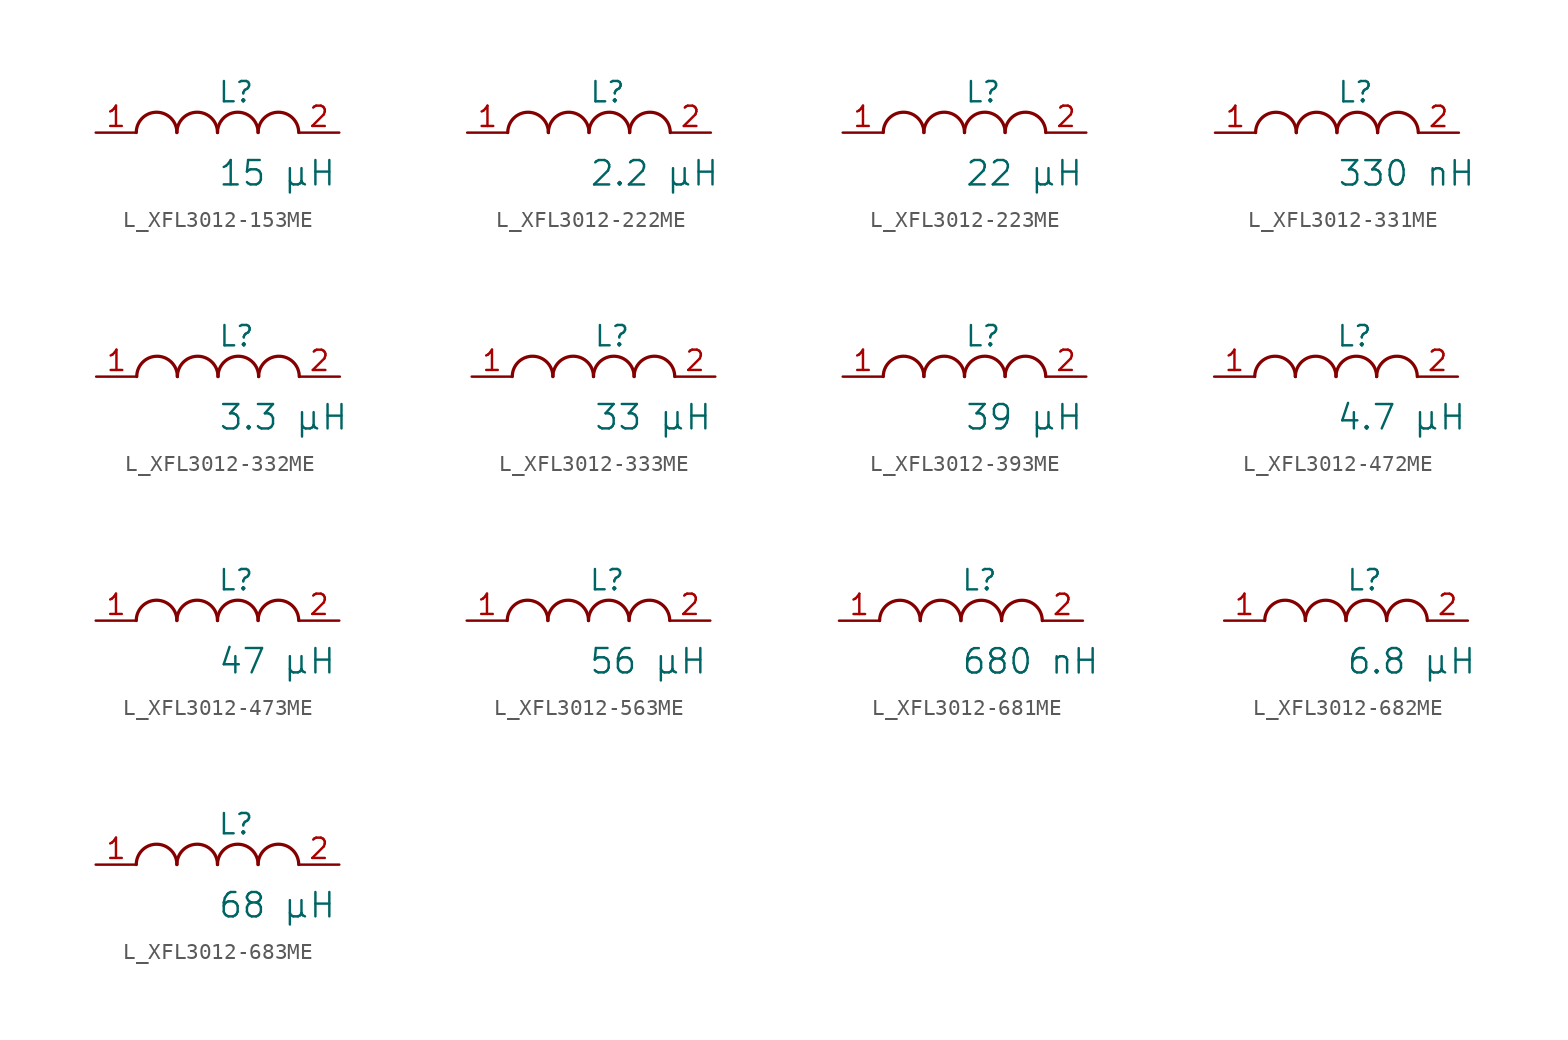
<source format=kicad_sym>
(kicad_symbol_lib
  (version 20231120)
  (generator "kicad_symbol_editor")
  (generator_version "8.0")
  (symbol "L_XFL3012-153ME"
    (pin_names
      (offset 0.254))
    (property "Reference" "L"
      (at 0 2.54 0)
      (effects (font (size 1.27 1.27)) (justify left)))
    (property "Value" "15 µH"
      (at 0 -2.54 0)
      (effects (font (size 1.524 1.524)) (justify left)))
    (symbol "L_XFL3012-153ME_1_1"
      (arc (start -2.54 0.0056) (mid -3.81 1.27) (end -5.08 0.0056) (stroke (width 0.2032) (type default)) (fill (type none)))
      (arc (start 0 0.0056) (mid -1.27 1.27) (end -2.54 0.0056) (stroke (width 0.2032) (type default)) (fill (type none)))
      (arc (start 2.54 0.0056) (mid 1.27 1.27) (end 0 0.0056) (stroke (width 0.2032) (type default)) (fill (type none)))
      (arc (start 5.08 0.0056) (mid 3.81 1.27) (end 2.54 0.0056) (stroke (width 0.2032) (type default)) (fill (type none)))
      (pin unspecified line (at -7.62 0 0) (length 2.54) (name "" (effects (font (size 1.27 1.27)))) (number "1" (effects (font (size 1.27 1.27)))))
      (pin unspecified line (at 7.62 0 180) (length 2.54) (name "" (effects (font (size 1.27 1.27)))) (number "2" (effects (font (size 1.27 1.27)))))))
  (symbol "L_XFL3012-222ME"
    (pin_names
      (offset 0.254))
    (property "Reference" "L"
      (at 0 2.54 0)
      (effects (font (size 1.27 1.27)) (justify left)))
    (property "Value" "2.2 µH"
      (at 0 -2.54 0)
      (effects (font (size 1.524 1.524)) (justify left)))
    (symbol "L_XFL3012-222ME_1_1"
      (arc (start -2.54 0.0056) (mid -3.81 1.27) (end -5.08 0.0056) (stroke (width 0.2032) (type default)) (fill (type none)))
      (arc (start 0 0.0056) (mid -1.27 1.27) (end -2.54 0.0056) (stroke (width 0.2032) (type default)) (fill (type none)))
      (arc (start 2.54 0.0056) (mid 1.27 1.27) (end 0 0.0056) (stroke (width 0.2032) (type default)) (fill (type none)))
      (arc (start 5.08 0.0056) (mid 3.81 1.27) (end 2.54 0.0056) (stroke (width 0.2032) (type default)) (fill (type none)))
      (pin unspecified line (at -7.62 0 0) (length 2.54) (name "" (effects (font (size 1.27 1.27)))) (number "1" (effects (font (size 1.27 1.27)))))
      (pin unspecified line (at 7.62 0 180) (length 2.54) (name "" (effects (font (size 1.27 1.27)))) (number "2" (effects (font (size 1.27 1.27)))))))
  (symbol "L_XFL3012-223ME"
    (pin_names
      (offset 0.254))
    (property "Reference" "L"
      (at 0 2.54 0)
      (effects (font (size 1.27 1.27)) (justify left)))
    (property "Value" "22 µH"
      (at 0 -2.54 0)
      (effects (font (size 1.524 1.524)) (justify left)))
    (symbol "L_XFL3012-223ME_1_1"
      (arc (start -2.54 0.0056) (mid -3.81 1.27) (end -5.08 0.0056) (stroke (width 0.2032) (type default)) (fill (type none)))
      (arc (start 0 0.0056) (mid -1.27 1.27) (end -2.54 0.0056) (stroke (width 0.2032) (type default)) (fill (type none)))
      (arc (start 2.54 0.0056) (mid 1.27 1.27) (end 0 0.0056) (stroke (width 0.2032) (type default)) (fill (type none)))
      (arc (start 5.08 0.0056) (mid 3.81 1.27) (end 2.54 0.0056) (stroke (width 0.2032) (type default)) (fill (type none)))
      (pin unspecified line (at -7.62 0 0) (length 2.54) (name "" (effects (font (size 1.27 1.27)))) (number "1" (effects (font (size 1.27 1.27)))))
      (pin unspecified line (at 7.62 0 180) (length 2.54) (name "" (effects (font (size 1.27 1.27)))) (number "2" (effects (font (size 1.27 1.27)))))))
  (symbol "L_XFL3012-331ME"
    (pin_names
      (offset 0.254))
    (property "Reference" "L"
      (at 0 2.54 0)
      (effects (font (size 1.27 1.27)) (justify left)))
    (property "Value" "330 nH"
      (at 0 -2.54 0)
      (effects (font (size 1.524 1.524)) (justify left)))
    (symbol "L_XFL3012-331ME_1_1"
      (arc (start -2.54 0.0056) (mid -3.81 1.27) (end -5.08 0.0056) (stroke (width 0.2032) (type default)) (fill (type none)))
      (arc (start 0 0.0056) (mid -1.27 1.27) (end -2.54 0.0056) (stroke (width 0.2032) (type default)) (fill (type none)))
      (arc (start 2.54 0.0056) (mid 1.27 1.27) (end 0 0.0056) (stroke (width 0.2032) (type default)) (fill (type none)))
      (arc (start 5.08 0.0056) (mid 3.81 1.27) (end 2.54 0.0056) (stroke (width 0.2032) (type default)) (fill (type none)))
      (pin unspecified line (at -7.62 0 0) (length 2.54) (name "" (effects (font (size 1.27 1.27)))) (number "1" (effects (font (size 1.27 1.27)))))
      (pin unspecified line (at 7.62 0 180) (length 2.54) (name "" (effects (font (size 1.27 1.27)))) (number "2" (effects (font (size 1.27 1.27)))))))
  (symbol "L_XFL3012-332ME"
    (pin_names
      (offset 0.254))
    (property "Reference" "L"
      (at 0 2.54 0)
      (effects (font (size 1.27 1.27)) (justify left)))
    (property "Value" "3.3 µH"
      (at 0 -2.54 0)
      (effects (font (size 1.524 1.524)) (justify left)))
    (symbol "L_XFL3012-332ME_1_1"
      (arc (start -2.54 0.0056) (mid -3.81 1.27) (end -5.08 0.0056) (stroke (width 0.2032) (type default)) (fill (type none)))
      (arc (start 0 0.0056) (mid -1.27 1.27) (end -2.54 0.0056) (stroke (width 0.2032) (type default)) (fill (type none)))
      (arc (start 2.54 0.0056) (mid 1.27 1.27) (end 0 0.0056) (stroke (width 0.2032) (type default)) (fill (type none)))
      (arc (start 5.08 0.0056) (mid 3.81 1.27) (end 2.54 0.0056) (stroke (width 0.2032) (type default)) (fill (type none)))
      (pin unspecified line (at -7.62 0 0) (length 2.54) (name "" (effects (font (size 1.27 1.27)))) (number "1" (effects (font (size 1.27 1.27)))))
      (pin unspecified line (at 7.62 0 180) (length 2.54) (name "" (effects (font (size 1.27 1.27)))) (number "2" (effects (font (size 1.27 1.27)))))))
  (symbol "L_XFL3012-333ME"
    (pin_names
      (offset 0.254))
    (property "Reference" "L"
      (at 0 2.54 0)
      (effects (font (size 1.27 1.27)) (justify left)))
    (property "Value" "33 µH"
      (at 0 -2.54 0)
      (effects (font (size 1.524 1.524)) (justify left)))
    (symbol "L_XFL3012-333ME_1_1"
      (arc (start -2.54 0.0056) (mid -3.81 1.27) (end -5.08 0.0056) (stroke (width 0.2032) (type default)) (fill (type none)))
      (arc (start 0 0.0056) (mid -1.27 1.27) (end -2.54 0.0056) (stroke (width 0.2032) (type default)) (fill (type none)))
      (arc (start 2.54 0.0056) (mid 1.27 1.27) (end 0 0.0056) (stroke (width 0.2032) (type default)) (fill (type none)))
      (arc (start 5.08 0.0056) (mid 3.81 1.27) (end 2.54 0.0056) (stroke (width 0.2032) (type default)) (fill (type none)))
      (pin unspecified line (at -7.62 0 0) (length 2.54) (name "" (effects (font (size 1.27 1.27)))) (number "1" (effects (font (size 1.27 1.27)))))
      (pin unspecified line (at 7.62 0 180) (length 2.54) (name "" (effects (font (size 1.27 1.27)))) (number "2" (effects (font (size 1.27 1.27)))))))
  (symbol "L_XFL3012-393ME"
    (pin_names
      (offset 0.254))
    (property "Reference" "L"
      (at 0 2.54 0)
      (effects (font (size 1.27 1.27)) (justify left)))
    (property "Value" "39 µH"
      (at 0 -2.54 0)
      (effects (font (size 1.524 1.524)) (justify left)))
    (symbol "L_XFL3012-393ME_1_1"
      (arc (start -2.54 0.0056) (mid -3.81 1.27) (end -5.08 0.0056) (stroke (width 0.2032) (type default)) (fill (type none)))
      (arc (start 0 0.0056) (mid -1.27 1.27) (end -2.54 0.0056) (stroke (width 0.2032) (type default)) (fill (type none)))
      (arc (start 2.54 0.0056) (mid 1.27 1.27) (end 0 0.0056) (stroke (width 0.2032) (type default)) (fill (type none)))
      (arc (start 5.08 0.0056) (mid 3.81 1.27) (end 2.54 0.0056) (stroke (width 0.2032) (type default)) (fill (type none)))
      (pin unspecified line (at -7.62 0 0) (length 2.54) (name "" (effects (font (size 1.27 1.27)))) (number "1" (effects (font (size 1.27 1.27)))))
      (pin unspecified line (at 7.62 0 180) (length 2.54) (name "" (effects (font (size 1.27 1.27)))) (number "2" (effects (font (size 1.27 1.27)))))))
  (symbol "L_XFL3012-472ME"
    (pin_names
      (offset 0.254))
    (property "Reference" "L"
      (at 0 2.54 0)
      (effects (font (size 1.27 1.27)) (justify left)))
    (property "Value" "4.7 µH"
      (at 0 -2.54 0)
      (effects (font (size 1.524 1.524)) (justify left)))
    (symbol "L_XFL3012-472ME_1_1"
      (arc (start -2.54 0.0056) (mid -3.81 1.27) (end -5.08 0.0056) (stroke (width 0.2032) (type default)) (fill (type none)))
      (arc (start 0 0.0056) (mid -1.27 1.27) (end -2.54 0.0056) (stroke (width 0.2032) (type default)) (fill (type none)))
      (arc (start 2.54 0.0056) (mid 1.27 1.27) (end 0 0.0056) (stroke (width 0.2032) (type default)) (fill (type none)))
      (arc (start 5.08 0.0056) (mid 3.81 1.27) (end 2.54 0.0056) (stroke (width 0.2032) (type default)) (fill (type none)))
      (pin unspecified line (at -7.62 0 0) (length 2.54) (name "" (effects (font (size 1.27 1.27)))) (number "1" (effects (font (size 1.27 1.27)))))
      (pin unspecified line (at 7.62 0 180) (length 2.54) (name "" (effects (font (size 1.27 1.27)))) (number "2" (effects (font (size 1.27 1.27)))))))
  (symbol "L_XFL3012-473ME"
    (pin_names
      (offset 0.254))
    (property "Reference" "L"
      (at 0 2.54 0)
      (effects (font (size 1.27 1.27)) (justify left)))
    (property "Value" "47 µH"
      (at 0 -2.54 0)
      (effects (font (size 1.524 1.524)) (justify left)))
    (symbol "L_XFL3012-473ME_1_1"
      (arc (start -2.54 0.0056) (mid -3.81 1.27) (end -5.08 0.0056) (stroke (width 0.2032) (type default)) (fill (type none)))
      (arc (start 0 0.0056) (mid -1.27 1.27) (end -2.54 0.0056) (stroke (width 0.2032) (type default)) (fill (type none)))
      (arc (start 2.54 0.0056) (mid 1.27 1.27) (end 0 0.0056) (stroke (width 0.2032) (type default)) (fill (type none)))
      (arc (start 5.08 0.0056) (mid 3.81 1.27) (end 2.54 0.0056) (stroke (width 0.2032) (type default)) (fill (type none)))
      (pin unspecified line (at -7.62 0 0) (length 2.54) (name "" (effects (font (size 1.27 1.27)))) (number "1" (effects (font (size 1.27 1.27)))))
      (pin unspecified line (at 7.62 0 180) (length 2.54) (name "" (effects (font (size 1.27 1.27)))) (number "2" (effects (font (size 1.27 1.27)))))))
  (symbol "L_XFL3012-563ME"
    (pin_names
      (offset 0.254))
    (property "Reference" "L"
      (at 0 2.54 0)
      (effects (font (size 1.27 1.27)) (justify left)))
    (property "Value" "56 µH"
      (at 0 -2.54 0)
      (effects (font (size 1.524 1.524)) (justify left)))
    (symbol "L_XFL3012-563ME_1_1"
      (arc (start -2.54 0.0056) (mid -3.81 1.27) (end -5.08 0.0056) (stroke (width 0.2032) (type default)) (fill (type none)))
      (arc (start 0 0.0056) (mid -1.27 1.27) (end -2.54 0.0056) (stroke (width 0.2032) (type default)) (fill (type none)))
      (arc (start 2.54 0.0056) (mid 1.27 1.27) (end 0 0.0056) (stroke (width 0.2032) (type default)) (fill (type none)))
      (arc (start 5.08 0.0056) (mid 3.81 1.27) (end 2.54 0.0056) (stroke (width 0.2032) (type default)) (fill (type none)))
      (pin unspecified line (at -7.62 0 0) (length 2.54) (name "" (effects (font (size 1.27 1.27)))) (number "1" (effects (font (size 1.27 1.27)))))
      (pin unspecified line (at 7.62 0 180) (length 2.54) (name "" (effects (font (size 1.27 1.27)))) (number "2" (effects (font (size 1.27 1.27)))))))
  (symbol "L_XFL3012-681ME"
    (pin_names
      (offset 0.254))
    (property "Reference" "L"
      (at 0 2.54 0)
      (effects (font (size 1.27 1.27)) (justify left)))
    (property "Value" "680 nH"
      (at 0 -2.54 0)
      (effects (font (size 1.524 1.524)) (justify left)))
    (symbol "L_XFL3012-681ME_1_1"
      (arc (start -2.54 0.0056) (mid -3.81 1.27) (end -5.08 0.0056) (stroke (width 0.2032) (type default)) (fill (type none)))
      (arc (start 0 0.0056) (mid -1.27 1.27) (end -2.54 0.0056) (stroke (width 0.2032) (type default)) (fill (type none)))
      (arc (start 2.54 0.0056) (mid 1.27 1.27) (end 0 0.0056) (stroke (width 0.2032) (type default)) (fill (type none)))
      (arc (start 5.08 0.0056) (mid 3.81 1.27) (end 2.54 0.0056) (stroke (width 0.2032) (type default)) (fill (type none)))
      (pin unspecified line (at -7.62 0 0) (length 2.54) (name "" (effects (font (size 1.27 1.27)))) (number "1" (effects (font (size 1.27 1.27)))))
      (pin unspecified line (at 7.62 0 180) (length 2.54) (name "" (effects (font (size 1.27 1.27)))) (number "2" (effects (font (size 1.27 1.27)))))))
  (symbol "L_XFL3012-682ME"
    (pin_names
      (offset 0.254))
    (property "Reference" "L"
      (at 0 2.54 0)
      (effects (font (size 1.27 1.27)) (justify left)))
    (property "Value" "6.8 µH"
      (at 0 -2.54 0)
      (effects (font (size 1.524 1.524)) (justify left)))
    (symbol "L_XFL3012-682ME_1_1"
      (arc (start -2.54 0.0056) (mid -3.81 1.27) (end -5.08 0.0056) (stroke (width 0.2032) (type default)) (fill (type none)))
      (arc (start 0 0.0056) (mid -1.27 1.27) (end -2.54 0.0056) (stroke (width 0.2032) (type default)) (fill (type none)))
      (arc (start 2.54 0.0056) (mid 1.27 1.27) (end 0 0.0056) (stroke (width 0.2032) (type default)) (fill (type none)))
      (arc (start 5.08 0.0056) (mid 3.81 1.27) (end 2.54 0.0056) (stroke (width 0.2032) (type default)) (fill (type none)))
      (pin unspecified line (at -7.62 0 0) (length 2.54) (name "" (effects (font (size 1.27 1.27)))) (number "1" (effects (font (size 1.27 1.27)))))
      (pin unspecified line (at 7.62 0 180) (length 2.54) (name "" (effects (font (size 1.27 1.27)))) (number "2" (effects (font (size 1.27 1.27)))))))
  (symbol "L_XFL3012-683ME"
    (pin_names
      (offset 0.254))
    (property "Reference" "L"
      (at 0 2.54 0)
      (effects (font (size 1.27 1.27)) (justify left)))
    (property "Value" "68 µH"
      (at 0 -2.54 0)
      (effects (font (size 1.524 1.524)) (justify left)))
    (symbol "L_XFL3012-683ME_1_1"
      (arc (start -2.54 0.0056) (mid -3.81 1.27) (end -5.08 0.0056) (stroke (width 0.2032) (type default)) (fill (type none)))
      (arc (start 0 0.0056) (mid -1.27 1.27) (end -2.54 0.0056) (stroke (width 0.2032) (type default)) (fill (type none)))
      (arc (start 2.54 0.0056) (mid 1.27 1.27) (end 0 0.0056) (stroke (width 0.2032) (type default)) (fill (type none)))
      (arc (start 5.08 0.0056) (mid 3.81 1.27) (end 2.54 0.0056) (stroke (width 0.2032) (type default)) (fill (type none)))
      (pin unspecified line (at -7.62 0 0) (length 2.54) (name "" (effects (font (size 1.27 1.27)))) (number "1" (effects (font (size 1.27 1.27)))))
      (pin unspecified line (at 7.62 0 180) (length 2.54) (name "" (effects (font (size 1.27 1.27)))) (number "2" (effects (font (size 1.27 1.27))))))))
</source>
